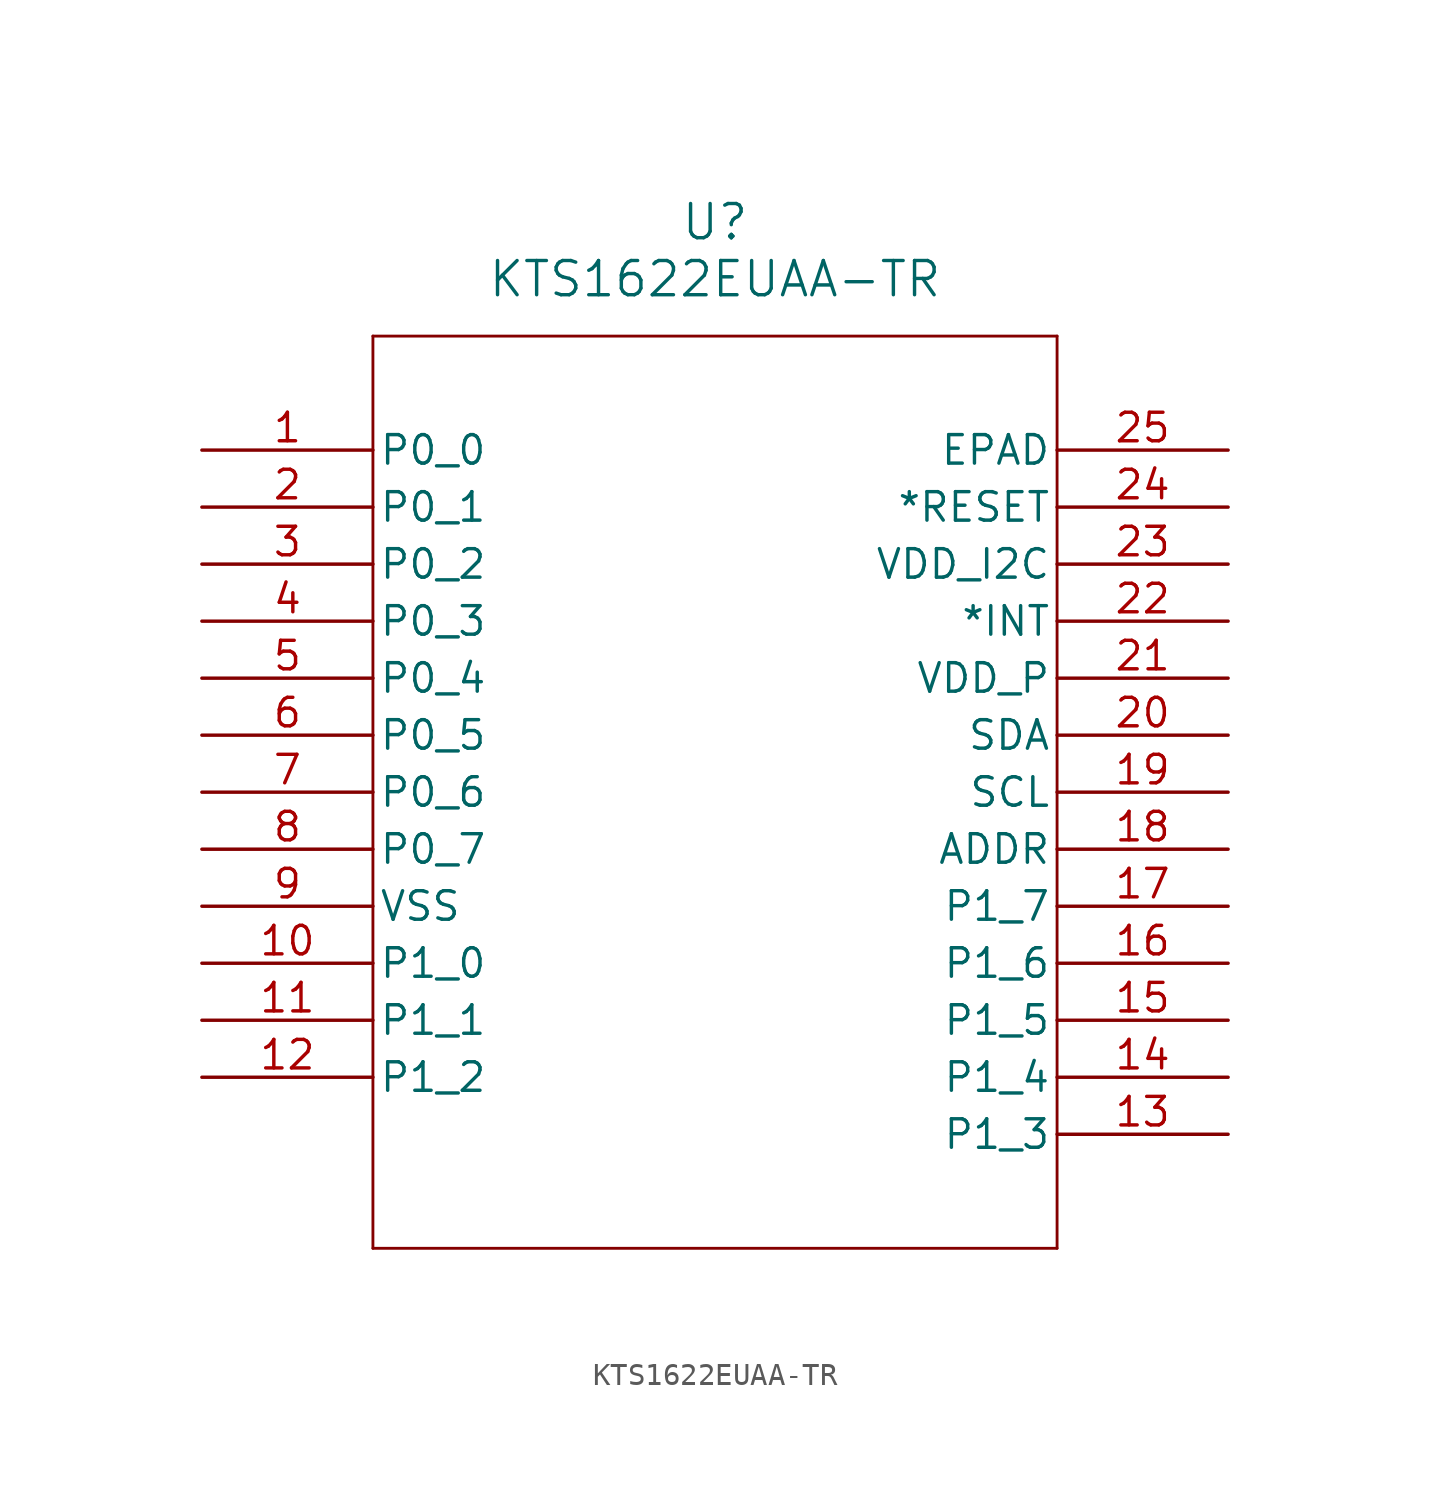
<source format=kicad_sym>
(kicad_symbol_lib
  (version 20211014)
  (generator kicad_symbol_editor)
  (symbol "KTS1622EUAA-TR"
    (pin_names
      (offset 0.254))
    (property "Reference" "U"
      (at 22.86 10.16 0)
      (effects (font (size 1.524 1.524))))
    (property "Value" "KTS1622EUAA-TR"
      (at 22.86 7.62 0)
      (effects (font (size 1.524 1.524))))
    (symbol "KTS1622EUAA-TR_0_1"
      (polyline (pts (xy 7.62 5.08) (xy 7.62 -35.56)) (stroke (width 0.127) (type default) (color 0 0 0 0)) (fill (type none)))
      (polyline (pts (xy 7.62 -35.56) (xy 38.1 -35.56)) (stroke (width 0.127) (type default) (color 0 0 0 0)) (fill (type none)))
      (polyline (pts (xy 38.1 -35.56) (xy 38.1 5.08)) (stroke (width 0.127) (type default) (color 0 0 0 0)) (fill (type none)))
      (polyline (pts (xy 38.1 5.08) (xy 7.62 5.08)) (stroke (width 0.127) (type default) (color 0 0 0 0)) (fill (type none)))
      (pin bidirectional line (at 0 0 0) (length 7.62) (name "P0_0" (effects (font (size 1.27 1.27)))) (number "1" (effects (font (size 1.27 1.27)))))
      (pin bidirectional line (at 0 -2.54 0) (length 7.62) (name "P0_1" (effects (font (size 1.27 1.27)))) (number "2" (effects (font (size 1.27 1.27)))))
      (pin bidirectional line (at 0 -5.08 0) (length 7.62) (name "P0_2" (effects (font (size 1.27 1.27)))) (number "3" (effects (font (size 1.27 1.27)))))
      (pin bidirectional line (at 0 -7.62 0) (length 7.62) (name "P0_3" (effects (font (size 1.27 1.27)))) (number "4" (effects (font (size 1.27 1.27)))))
      (pin bidirectional line (at 0 -10.16 0) (length 7.62) (name "P0_4" (effects (font (size 1.27 1.27)))) (number "5" (effects (font (size 1.27 1.27)))))
      (pin bidirectional line (at 0 -12.7 0) (length 7.62) (name "P0_5" (effects (font (size 1.27 1.27)))) (number "6" (effects (font (size 1.27 1.27)))))
      (pin bidirectional line (at 0 -15.24 0) (length 7.62) (name "P0_6" (effects (font (size 1.27 1.27)))) (number "7" (effects (font (size 1.27 1.27)))))
      (pin bidirectional line (at 0 -17.78 0) (length 7.62) (name "P0_7" (effects (font (size 1.27 1.27)))) (number "8" (effects (font (size 1.27 1.27)))))
      (pin power_out line (at 0 -20.32 0) (length 7.62) (name "VSS" (effects (font (size 1.27 1.27)))) (number "9" (effects (font (size 1.27 1.27)))))
      (pin bidirectional line (at 0 -22.86 0) (length 7.62) (name "P1_0" (effects (font (size 1.27 1.27)))) (number "10" (effects (font (size 1.27 1.27)))))
      (pin bidirectional line (at 0 -25.4 0) (length 7.62) (name "P1_1" (effects (font (size 1.27 1.27)))) (number "11" (effects (font (size 1.27 1.27)))))
      (pin bidirectional line (at 0 -27.94 0) (length 7.62) (name "P1_2" (effects (font (size 1.27 1.27)))) (number "12" (effects (font (size 1.27 1.27)))))
      (pin bidirectional line (at 45.72 -30.48 180) (length 7.62) (name "P1_3" (effects (font (size 1.27 1.27)))) (number "13" (effects (font (size 1.27 1.27)))))
      (pin bidirectional line (at 45.72 -27.94 180) (length 7.62) (name "P1_4" (effects (font (size 1.27 1.27)))) (number "14" (effects (font (size 1.27 1.27)))))
      (pin bidirectional line (at 45.72 -25.4 180) (length 7.62) (name "P1_5" (effects (font (size 1.27 1.27)))) (number "15" (effects (font (size 1.27 1.27)))))
      (pin bidirectional line (at 45.72 -22.86 180) (length 7.62) (name "P1_6" (effects (font (size 1.27 1.27)))) (number "16" (effects (font (size 1.27 1.27)))))
      (pin bidirectional line (at 45.72 -20.32 180) (length 7.62) (name "P1_7" (effects (font (size 1.27 1.27)))) (number "17" (effects (font (size 1.27 1.27)))))
      (pin input line (at 45.72 -17.78 180) (length 7.62) (name "ADDR" (effects (font (size 1.27 1.27)))) (number "18" (effects (font (size 1.27 1.27)))))
      (pin input line (at 45.72 -15.24 180) (length 7.62) (name "SCL" (effects (font (size 1.27 1.27)))) (number "19" (effects (font (size 1.27 1.27)))))
      (pin bidirectional line (at 45.72 -12.7 180) (length 7.62) (name "SDA" (effects (font (size 1.27 1.27)))) (number "20" (effects (font (size 1.27 1.27)))))
      (pin power_in line (at 45.72 -10.16 180) (length 7.62) (name "VDD_P" (effects (font (size 1.27 1.27)))) (number "21" (effects (font (size 1.27 1.27)))))
      (pin input line (at 45.72 -7.62 180) (length 7.62) (name "*INT" (effects (font (size 1.27 1.27)))) (number "22" (effects (font (size 1.27 1.27)))))
      (pin power_in line (at 45.72 -5.08 180) (length 7.62) (name "VDD_I2C" (effects (font (size 1.27 1.27)))) (number "23" (effects (font (size 1.27 1.27)))))
      (pin input line (at 45.72 -2.54 180) (length 7.62) (name "*RESET" (effects (font (size 1.27 1.27)))) (number "24" (effects (font (size 1.27 1.27)))))
      (pin unspecified line (at 45.72 0 180) (length 7.62) (name "EPAD" (effects (font (size 1.27 1.27)))) (number "25" (effects (font (size 1.27 1.27))))))))
</source>
